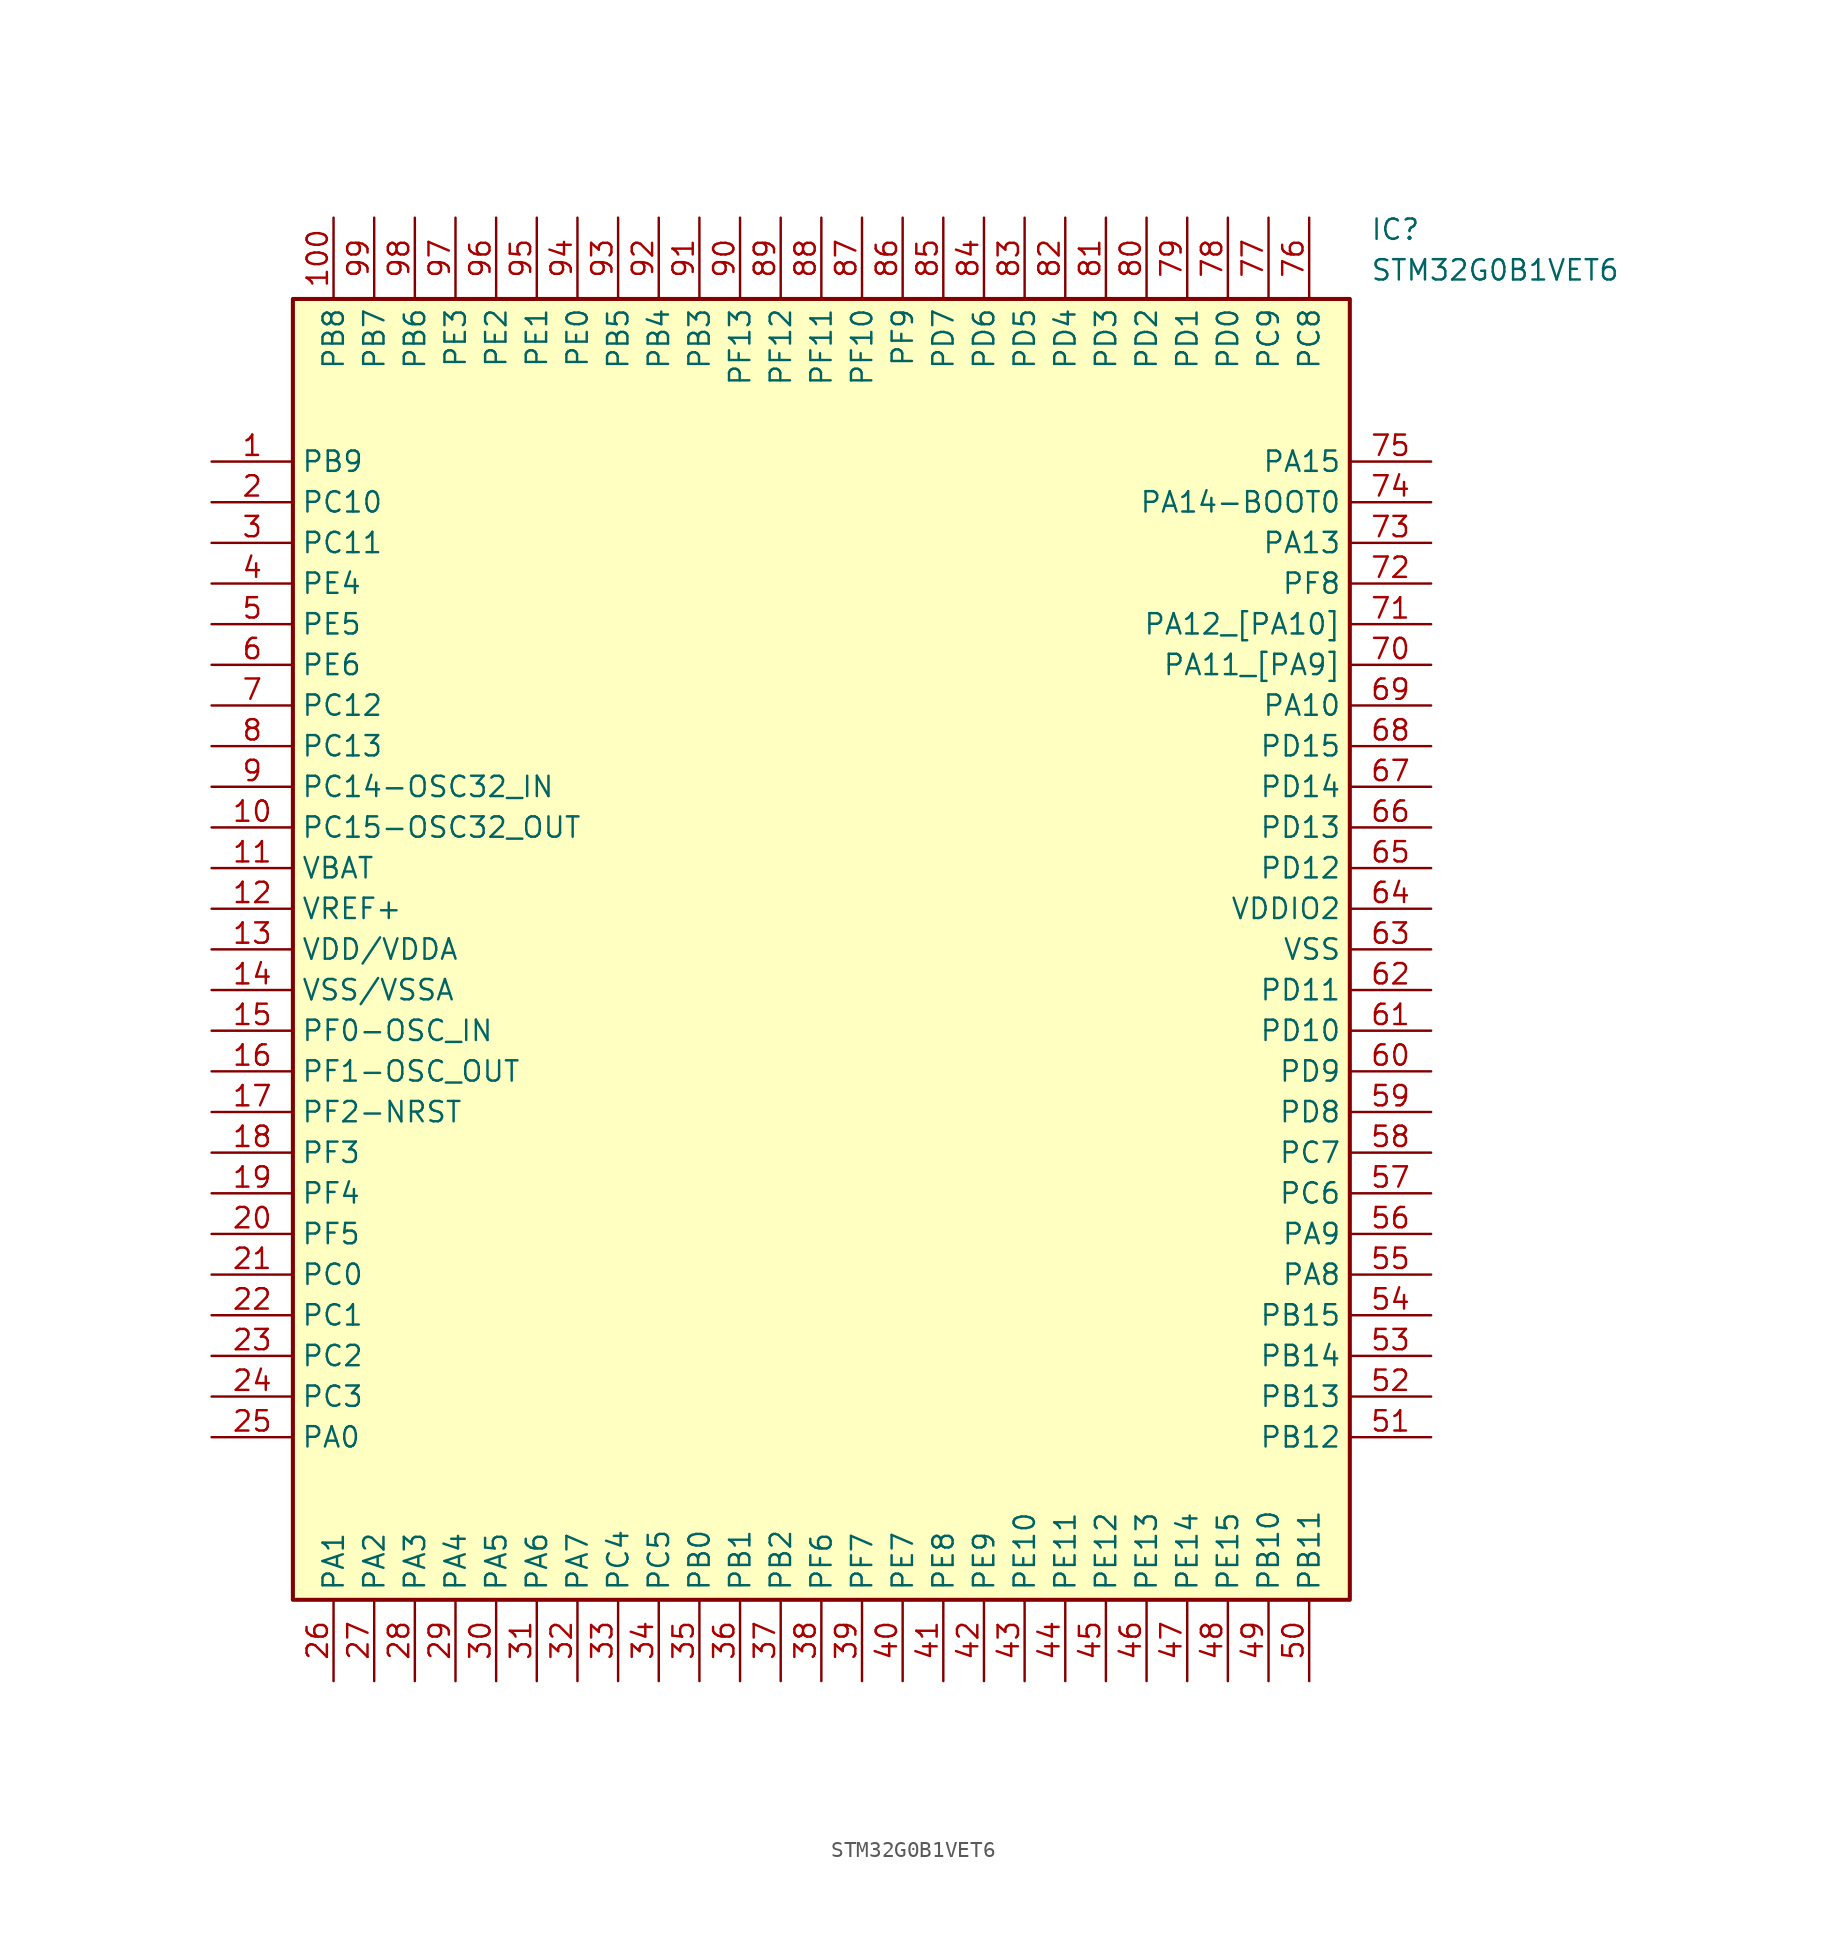
<source format=kicad_sym>
(kicad_symbol_lib
  (version 20211014)
  (generator SamacSys_ECAD_Model)
  (symbol "STM32G0B1VET6"
    (property "Reference" "IC"
      (at 72.39 15.24 0)
      (effects (font (size 1.27 1.27)) (justify left top)))
    (property "Value" "STM32G0B1VET6"
      (at 72.39 12.7 0)
      (effects (font (size 1.27 1.27)) (justify left top)))
    (rectangle
      (start 5.08 10.16)
      (end 71.12 -71.12)
      (stroke (width 0.254) (type default))
      (fill (type background)))
    (pin passive line
      (at 0 0 0)
      (length 5.08)
      (name "PB9" (effects (font (size 1.27 1.27))))
      (number "1" (effects (font (size 1.27 1.27)))))
    (pin passive line
      (at 0 -2.54 0)
      (length 5.08)
      (name "PC10" (effects (font (size 1.27 1.27))))
      (number "2" (effects (font (size 1.27 1.27)))))
    (pin passive line
      (at 0 -5.08 0)
      (length 5.08)
      (name "PC11" (effects (font (size 1.27 1.27))))
      (number "3" (effects (font (size 1.27 1.27)))))
    (pin passive line
      (at 0 -7.62 0)
      (length 5.08)
      (name "PE4" (effects (font (size 1.27 1.27))))
      (number "4" (effects (font (size 1.27 1.27)))))
    (pin passive line
      (at 0 -10.16 0)
      (length 5.08)
      (name "PE5" (effects (font (size 1.27 1.27))))
      (number "5" (effects (font (size 1.27 1.27)))))
    (pin passive line
      (at 0 -12.7 0)
      (length 5.08)
      (name "PE6" (effects (font (size 1.27 1.27))))
      (number "6" (effects (font (size 1.27 1.27)))))
    (pin passive line
      (at 0 -15.24 0)
      (length 5.08)
      (name "PC12" (effects (font (size 1.27 1.27))))
      (number "7" (effects (font (size 1.27 1.27)))))
    (pin passive line
      (at 0 -17.78 0)
      (length 5.08)
      (name "PC13" (effects (font (size 1.27 1.27))))
      (number "8" (effects (font (size 1.27 1.27)))))
    (pin passive line
      (at 0 -20.32 0)
      (length 5.08)
      (name "PC14-OSC32_IN" (effects (font (size 1.27 1.27))))
      (number "9" (effects (font (size 1.27 1.27)))))
    (pin passive line
      (at 0 -22.86 0)
      (length 5.08)
      (name "PC15-OSC32_OUT" (effects (font (size 1.27 1.27))))
      (number "10" (effects (font (size 1.27 1.27)))))
    (pin passive line
      (at 0 -25.4 0)
      (length 5.08)
      (name "VBAT" (effects (font (size 1.27 1.27))))
      (number "11" (effects (font (size 1.27 1.27)))))
    (pin passive line
      (at 0 -27.94 0)
      (length 5.08)
      (name "VREF+" (effects (font (size 1.27 1.27))))
      (number "12" (effects (font (size 1.27 1.27)))))
    (pin passive line
      (at 0 -30.48 0)
      (length 5.08)
      (name "VDD/VDDA" (effects (font (size 1.27 1.27))))
      (number "13" (effects (font (size 1.27 1.27)))))
    (pin passive line
      (at 0 -33.02 0)
      (length 5.08)
      (name "VSS/VSSA" (effects (font (size 1.27 1.27))))
      (number "14" (effects (font (size 1.27 1.27)))))
    (pin passive line
      (at 0 -35.56 0)
      (length 5.08)
      (name "PF0-OSC_IN" (effects (font (size 1.27 1.27))))
      (number "15" (effects (font (size 1.27 1.27)))))
    (pin passive line
      (at 0 -38.1 0)
      (length 5.08)
      (name "PF1-OSC_OUT" (effects (font (size 1.27 1.27))))
      (number "16" (effects (font (size 1.27 1.27)))))
    (pin passive line
      (at 0 -40.64 0)
      (length 5.08)
      (name "PF2-NRST" (effects (font (size 1.27 1.27))))
      (number "17" (effects (font (size 1.27 1.27)))))
    (pin passive line
      (at 0 -43.18 0)
      (length 5.08)
      (name "PF3" (effects (font (size 1.27 1.27))))
      (number "18" (effects (font (size 1.27 1.27)))))
    (pin passive line
      (at 0 -45.72 0)
      (length 5.08)
      (name "PF4" (effects (font (size 1.27 1.27))))
      (number "19" (effects (font (size 1.27 1.27)))))
    (pin passive line
      (at 0 -48.26 0)
      (length 5.08)
      (name "PF5" (effects (font (size 1.27 1.27))))
      (number "20" (effects (font (size 1.27 1.27)))))
    (pin passive line
      (at 0 -50.8 0)
      (length 5.08)
      (name "PC0" (effects (font (size 1.27 1.27))))
      (number "21" (effects (font (size 1.27 1.27)))))
    (pin passive line
      (at 0 -53.34 0)
      (length 5.08)
      (name "PC1" (effects (font (size 1.27 1.27))))
      (number "22" (effects (font (size 1.27 1.27)))))
    (pin passive line
      (at 0 -55.88 0)
      (length 5.08)
      (name "PC2" (effects (font (size 1.27 1.27))))
      (number "23" (effects (font (size 1.27 1.27)))))
    (pin passive line
      (at 0 -58.42 0)
      (length 5.08)
      (name "PC3" (effects (font (size 1.27 1.27))))
      (number "24" (effects (font (size 1.27 1.27)))))
    (pin passive line
      (at 0 -60.96 0)
      (length 5.08)
      (name "PA0" (effects (font (size 1.27 1.27))))
      (number "25" (effects (font (size 1.27 1.27)))))
    (pin passive line
      (at 7.62 -76.2 90)
      (length 5.08)
      (name "PA1" (effects (font (size 1.27 1.27))))
      (number "26" (effects (font (size 1.27 1.27)))))
    (pin passive line
      (at 10.16 -76.2 90)
      (length 5.08)
      (name "PA2" (effects (font (size 1.27 1.27))))
      (number "27" (effects (font (size 1.27 1.27)))))
    (pin passive line
      (at 12.7 -76.2 90)
      (length 5.08)
      (name "PA3" (effects (font (size 1.27 1.27))))
      (number "28" (effects (font (size 1.27 1.27)))))
    (pin passive line
      (at 15.24 -76.2 90)
      (length 5.08)
      (name "PA4" (effects (font (size 1.27 1.27))))
      (number "29" (effects (font (size 1.27 1.27)))))
    (pin passive line
      (at 17.78 -76.2 90)
      (length 5.08)
      (name "PA5" (effects (font (size 1.27 1.27))))
      (number "30" (effects (font (size 1.27 1.27)))))
    (pin passive line
      (at 20.32 -76.2 90)
      (length 5.08)
      (name "PA6" (effects (font (size 1.27 1.27))))
      (number "31" (effects (font (size 1.27 1.27)))))
    (pin passive line
      (at 22.86 -76.2 90)
      (length 5.08)
      (name "PA7" (effects (font (size 1.27 1.27))))
      (number "32" (effects (font (size 1.27 1.27)))))
    (pin passive line
      (at 25.4 -76.2 90)
      (length 5.08)
      (name "PC4" (effects (font (size 1.27 1.27))))
      (number "33" (effects (font (size 1.27 1.27)))))
    (pin passive line
      (at 27.94 -76.2 90)
      (length 5.08)
      (name "PC5" (effects (font (size 1.27 1.27))))
      (number "34" (effects (font (size 1.27 1.27)))))
    (pin passive line
      (at 30.48 -76.2 90)
      (length 5.08)
      (name "PB0" (effects (font (size 1.27 1.27))))
      (number "35" (effects (font (size 1.27 1.27)))))
    (pin passive line
      (at 33.02 -76.2 90)
      (length 5.08)
      (name "PB1" (effects (font (size 1.27 1.27))))
      (number "36" (effects (font (size 1.27 1.27)))))
    (pin passive line
      (at 35.56 -76.2 90)
      (length 5.08)
      (name "PB2" (effects (font (size 1.27 1.27))))
      (number "37" (effects (font (size 1.27 1.27)))))
    (pin passive line
      (at 38.1 -76.2 90)
      (length 5.08)
      (name "PF6" (effects (font (size 1.27 1.27))))
      (number "38" (effects (font (size 1.27 1.27)))))
    (pin passive line
      (at 40.64 -76.2 90)
      (length 5.08)
      (name "PF7" (effects (font (size 1.27 1.27))))
      (number "39" (effects (font (size 1.27 1.27)))))
    (pin passive line
      (at 43.18 -76.2 90)
      (length 5.08)
      (name "PE7" (effects (font (size 1.27 1.27))))
      (number "40" (effects (font (size 1.27 1.27)))))
    (pin passive line
      (at 45.72 -76.2 90)
      (length 5.08)
      (name "PE8" (effects (font (size 1.27 1.27))))
      (number "41" (effects (font (size 1.27 1.27)))))
    (pin passive line
      (at 48.26 -76.2 90)
      (length 5.08)
      (name "PE9" (effects (font (size 1.27 1.27))))
      (number "42" (effects (font (size 1.27 1.27)))))
    (pin passive line
      (at 50.8 -76.2 90)
      (length 5.08)
      (name "PE10" (effects (font (size 1.27 1.27))))
      (number "43" (effects (font (size 1.27 1.27)))))
    (pin passive line
      (at 53.34 -76.2 90)
      (length 5.08)
      (name "PE11" (effects (font (size 1.27 1.27))))
      (number "44" (effects (font (size 1.27 1.27)))))
    (pin passive line
      (at 55.88 -76.2 90)
      (length 5.08)
      (name "PE12" (effects (font (size 1.27 1.27))))
      (number "45" (effects (font (size 1.27 1.27)))))
    (pin passive line
      (at 58.42 -76.2 90)
      (length 5.08)
      (name "PE13" (effects (font (size 1.27 1.27))))
      (number "46" (effects (font (size 1.27 1.27)))))
    (pin passive line
      (at 60.96 -76.2 90)
      (length 5.08)
      (name "PE14" (effects (font (size 1.27 1.27))))
      (number "47" (effects (font (size 1.27 1.27)))))
    (pin passive line
      (at 63.5 -76.2 90)
      (length 5.08)
      (name "PE15" (effects (font (size 1.27 1.27))))
      (number "48" (effects (font (size 1.27 1.27)))))
    (pin passive line
      (at 66.04 -76.2 90)
      (length 5.08)
      (name "PB10" (effects (font (size 1.27 1.27))))
      (number "49" (effects (font (size 1.27 1.27)))))
    (pin passive line
      (at 68.58 -76.2 90)
      (length 5.08)
      (name "PB11" (effects (font (size 1.27 1.27))))
      (number "50" (effects (font (size 1.27 1.27)))))
    (pin passive line
      (at 76.2 0 180)
      (length 5.08)
      (name "PA15" (effects (font (size 1.27 1.27))))
      (number "75" (effects (font (size 1.27 1.27)))))
    (pin passive line
      (at 76.2 -2.54 180)
      (length 5.08)
      (name "PA14-BOOT0" (effects (font (size 1.27 1.27))))
      (number "74" (effects (font (size 1.27 1.27)))))
    (pin passive line
      (at 76.2 -5.08 180)
      (length 5.08)
      (name "PA13" (effects (font (size 1.27 1.27))))
      (number "73" (effects (font (size 1.27 1.27)))))
    (pin passive line
      (at 76.2 -7.62 180)
      (length 5.08)
      (name "PF8" (effects (font (size 1.27 1.27))))
      (number "72" (effects (font (size 1.27 1.27)))))
    (pin passive line
      (at 76.2 -10.16 180)
      (length 5.08)
      (name "PA12_[PA10]" (effects (font (size 1.27 1.27))))
      (number "71" (effects (font (size 1.27 1.27)))))
    (pin passive line
      (at 76.2 -12.7 180)
      (length 5.08)
      (name "PA11_[PA9]" (effects (font (size 1.27 1.27))))
      (number "70" (effects (font (size 1.27 1.27)))))
    (pin passive line
      (at 76.2 -15.24 180)
      (length 5.08)
      (name "PA10" (effects (font (size 1.27 1.27))))
      (number "69" (effects (font (size 1.27 1.27)))))
    (pin passive line
      (at 76.2 -17.78 180)
      (length 5.08)
      (name "PD15" (effects (font (size 1.27 1.27))))
      (number "68" (effects (font (size 1.27 1.27)))))
    (pin passive line
      (at 76.2 -20.32 180)
      (length 5.08)
      (name "PD14" (effects (font (size 1.27 1.27))))
      (number "67" (effects (font (size 1.27 1.27)))))
    (pin passive line
      (at 76.2 -22.86 180)
      (length 5.08)
      (name "PD13" (effects (font (size 1.27 1.27))))
      (number "66" (effects (font (size 1.27 1.27)))))
    (pin passive line
      (at 76.2 -25.4 180)
      (length 5.08)
      (name "PD12" (effects (font (size 1.27 1.27))))
      (number "65" (effects (font (size 1.27 1.27)))))
    (pin passive line
      (at 76.2 -27.94 180)
      (length 5.08)
      (name "VDDIO2" (effects (font (size 1.27 1.27))))
      (number "64" (effects (font (size 1.27 1.27)))))
    (pin passive line
      (at 76.2 -30.48 180)
      (length 5.08)
      (name "VSS" (effects (font (size 1.27 1.27))))
      (number "63" (effects (font (size 1.27 1.27)))))
    (pin passive line
      (at 76.2 -33.02 180)
      (length 5.08)
      (name "PD11" (effects (font (size 1.27 1.27))))
      (number "62" (effects (font (size 1.27 1.27)))))
    (pin passive line
      (at 76.2 -35.56 180)
      (length 5.08)
      (name "PD10" (effects (font (size 1.27 1.27))))
      (number "61" (effects (font (size 1.27 1.27)))))
    (pin passive line
      (at 76.2 -38.1 180)
      (length 5.08)
      (name "PD9" (effects (font (size 1.27 1.27))))
      (number "60" (effects (font (size 1.27 1.27)))))
    (pin passive line
      (at 76.2 -40.64 180)
      (length 5.08)
      (name "PD8" (effects (font (size 1.27 1.27))))
      (number "59" (effects (font (size 1.27 1.27)))))
    (pin passive line
      (at 76.2 -43.18 180)
      (length 5.08)
      (name "PC7" (effects (font (size 1.27 1.27))))
      (number "58" (effects (font (size 1.27 1.27)))))
    (pin passive line
      (at 76.2 -45.72 180)
      (length 5.08)
      (name "PC6" (effects (font (size 1.27 1.27))))
      (number "57" (effects (font (size 1.27 1.27)))))
    (pin passive line
      (at 76.2 -48.26 180)
      (length 5.08)
      (name "PA9" (effects (font (size 1.27 1.27))))
      (number "56" (effects (font (size 1.27 1.27)))))
    (pin passive line
      (at 76.2 -50.8 180)
      (length 5.08)
      (name "PA8" (effects (font (size 1.27 1.27))))
      (number "55" (effects (font (size 1.27 1.27)))))
    (pin passive line
      (at 76.2 -53.34 180)
      (length 5.08)
      (name "PB15" (effects (font (size 1.27 1.27))))
      (number "54" (effects (font (size 1.27 1.27)))))
    (pin passive line
      (at 76.2 -55.88 180)
      (length 5.08)
      (name "PB14" (effects (font (size 1.27 1.27))))
      (number "53" (effects (font (size 1.27 1.27)))))
    (pin passive line
      (at 76.2 -58.42 180)
      (length 5.08)
      (name "PB13" (effects (font (size 1.27 1.27))))
      (number "52" (effects (font (size 1.27 1.27)))))
    (pin passive line
      (at 76.2 -60.96 180)
      (length 5.08)
      (name "PB12" (effects (font (size 1.27 1.27))))
      (number "51" (effects (font (size 1.27 1.27)))))
    (pin passive line
      (at 7.62 15.24 270)
      (length 5.08)
      (name "PB8" (effects (font (size 1.27 1.27))))
      (number "100" (effects (font (size 1.27 1.27)))))
    (pin passive line
      (at 10.16 15.24 270)
      (length 5.08)
      (name "PB7" (effects (font (size 1.27 1.27))))
      (number "99" (effects (font (size 1.27 1.27)))))
    (pin passive line
      (at 12.7 15.24 270)
      (length 5.08)
      (name "PB6" (effects (font (size 1.27 1.27))))
      (number "98" (effects (font (size 1.27 1.27)))))
    (pin passive line
      (at 15.24 15.24 270)
      (length 5.08)
      (name "PE3" (effects (font (size 1.27 1.27))))
      (number "97" (effects (font (size 1.27 1.27)))))
    (pin passive line
      (at 17.78 15.24 270)
      (length 5.08)
      (name "PE2" (effects (font (size 1.27 1.27))))
      (number "96" (effects (font (size 1.27 1.27)))))
    (pin passive line
      (at 20.32 15.24 270)
      (length 5.08)
      (name "PE1" (effects (font (size 1.27 1.27))))
      (number "95" (effects (font (size 1.27 1.27)))))
    (pin passive line
      (at 22.86 15.24 270)
      (length 5.08)
      (name "PE0" (effects (font (size 1.27 1.27))))
      (number "94" (effects (font (size 1.27 1.27)))))
    (pin passive line
      (at 25.4 15.24 270)
      (length 5.08)
      (name "PB5" (effects (font (size 1.27 1.27))))
      (number "93" (effects (font (size 1.27 1.27)))))
    (pin passive line
      (at 27.94 15.24 270)
      (length 5.08)
      (name "PB4" (effects (font (size 1.27 1.27))))
      (number "92" (effects (font (size 1.27 1.27)))))
    (pin passive line
      (at 30.48 15.24 270)
      (length 5.08)
      (name "PB3" (effects (font (size 1.27 1.27))))
      (number "91" (effects (font (size 1.27 1.27)))))
    (pin passive line
      (at 33.02 15.24 270)
      (length 5.08)
      (name "PF13" (effects (font (size 1.27 1.27))))
      (number "90" (effects (font (size 1.27 1.27)))))
    (pin passive line
      (at 35.56 15.24 270)
      (length 5.08)
      (name "PF12" (effects (font (size 1.27 1.27))))
      (number "89" (effects (font (size 1.27 1.27)))))
    (pin passive line
      (at 38.1 15.24 270)
      (length 5.08)
      (name "PF11" (effects (font (size 1.27 1.27))))
      (number "88" (effects (font (size 1.27 1.27)))))
    (pin passive line
      (at 40.64 15.24 270)
      (length 5.08)
      (name "PF10" (effects (font (size 1.27 1.27))))
      (number "87" (effects (font (size 1.27 1.27)))))
    (pin passive line
      (at 43.18 15.24 270)
      (length 5.08)
      (name "PF9" (effects (font (size 1.27 1.27))))
      (number "86" (effects (font (size 1.27 1.27)))))
    (pin passive line
      (at 45.72 15.24 270)
      (length 5.08)
      (name "PD7" (effects (font (size 1.27 1.27))))
      (number "85" (effects (font (size 1.27 1.27)))))
    (pin passive line
      (at 48.26 15.24 270)
      (length 5.08)
      (name "PD6" (effects (font (size 1.27 1.27))))
      (number "84" (effects (font (size 1.27 1.27)))))
    (pin passive line
      (at 50.8 15.24 270)
      (length 5.08)
      (name "PD5" (effects (font (size 1.27 1.27))))
      (number "83" (effects (font (size 1.27 1.27)))))
    (pin passive line
      (at 53.34 15.24 270)
      (length 5.08)
      (name "PD4" (effects (font (size 1.27 1.27))))
      (number "82" (effects (font (size 1.27 1.27)))))
    (pin passive line
      (at 55.88 15.24 270)
      (length 5.08)
      (name "PD3" (effects (font (size 1.27 1.27))))
      (number "81" (effects (font (size 1.27 1.27)))))
    (pin passive line
      (at 58.42 15.24 270)
      (length 5.08)
      (name "PD2" (effects (font (size 1.27 1.27))))
      (number "80" (effects (font (size 1.27 1.27)))))
    (pin passive line
      (at 60.96 15.24 270)
      (length 5.08)
      (name "PD1" (effects (font (size 1.27 1.27))))
      (number "79" (effects (font (size 1.27 1.27)))))
    (pin passive line
      (at 63.5 15.24 270)
      (length 5.08)
      (name "PD0" (effects (font (size 1.27 1.27))))
      (number "78" (effects (font (size 1.27 1.27)))))
    (pin passive line
      (at 66.04 15.24 270)
      (length 5.08)
      (name "PC9" (effects (font (size 1.27 1.27))))
      (number "77" (effects (font (size 1.27 1.27)))))
    (pin passive line
      (at 68.58 15.24 270)
      (length 5.08)
      (name "PC8" (effects (font (size 1.27 1.27))))
      (number "76" (effects (font (size 1.27 1.27)))))))
</source>
